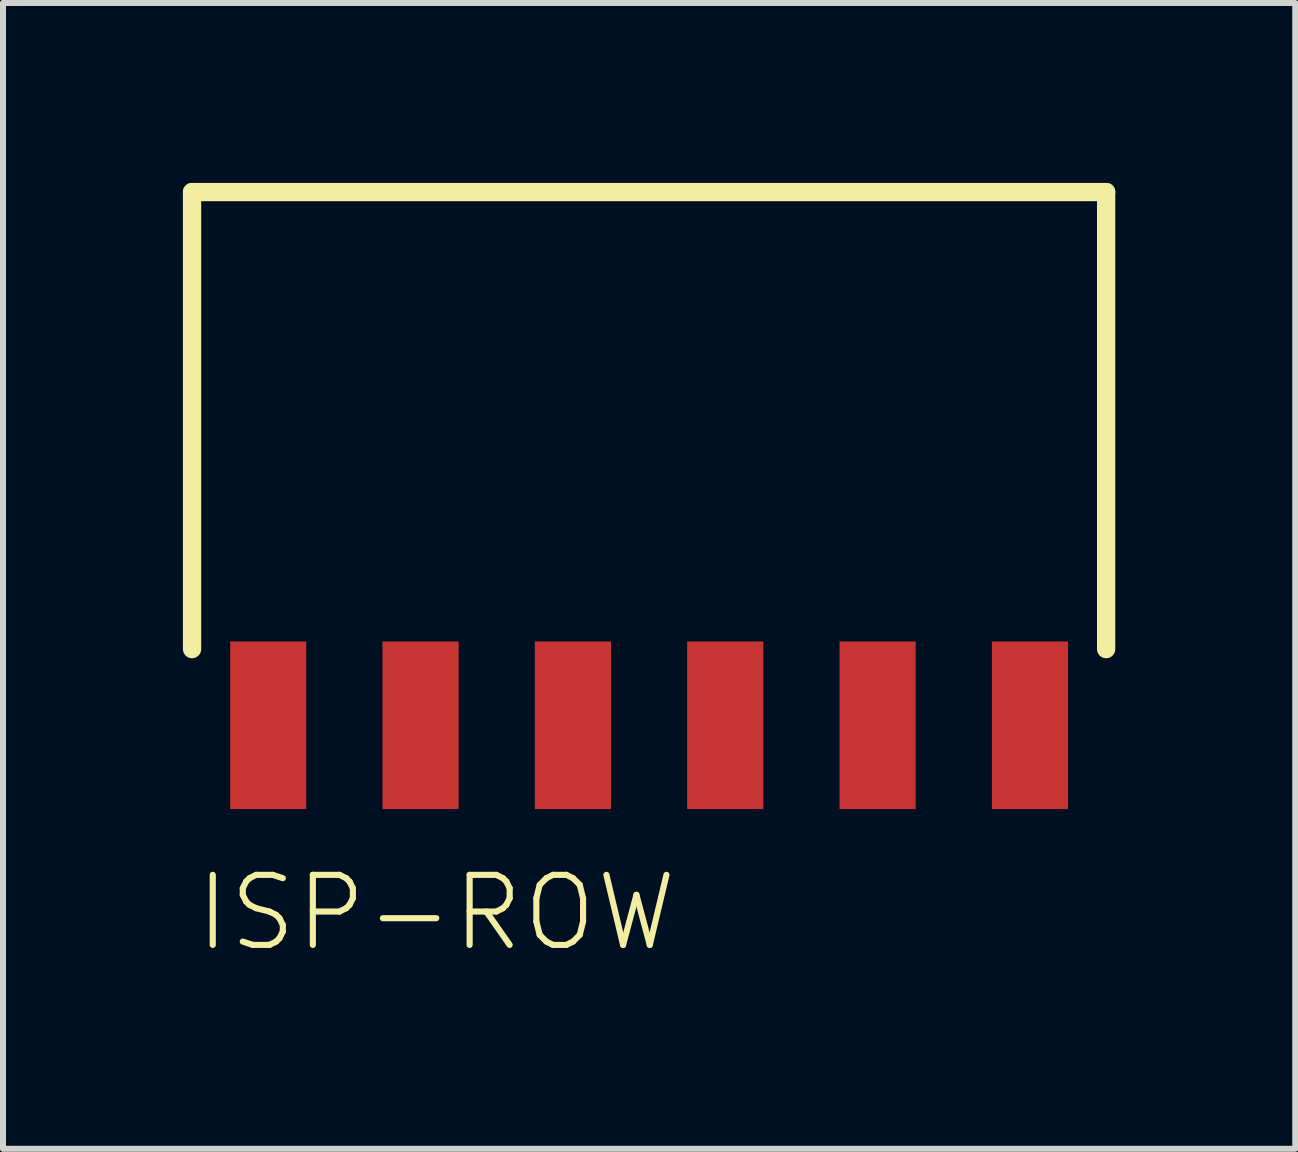
<source format=kicad_pcb>
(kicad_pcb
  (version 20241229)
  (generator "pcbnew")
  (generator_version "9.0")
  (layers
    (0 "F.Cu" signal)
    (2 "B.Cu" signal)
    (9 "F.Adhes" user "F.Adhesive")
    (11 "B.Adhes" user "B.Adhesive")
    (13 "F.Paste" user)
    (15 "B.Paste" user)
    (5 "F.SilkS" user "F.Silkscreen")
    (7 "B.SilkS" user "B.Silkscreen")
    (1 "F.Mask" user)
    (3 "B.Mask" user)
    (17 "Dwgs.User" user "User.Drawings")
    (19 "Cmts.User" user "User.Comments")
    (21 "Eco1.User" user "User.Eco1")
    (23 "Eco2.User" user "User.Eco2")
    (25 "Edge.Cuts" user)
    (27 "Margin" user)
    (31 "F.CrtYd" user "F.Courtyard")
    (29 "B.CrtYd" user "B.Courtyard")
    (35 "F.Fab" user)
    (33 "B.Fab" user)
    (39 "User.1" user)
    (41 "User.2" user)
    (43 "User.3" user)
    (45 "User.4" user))
  (footprint "ISP-ROW"
    (layer "F.Cu")
    (at 7.772 9.042)
    (property "Reference" "ISP-ROW" (at -7.62 3.81 0) (layer "F.SilkS") (effects (font (size 1.168 1.168) (thickness 0.102)) (justify left bottom)))
    (fp_line (start -7.62 -8.89) (end 7.62 -8.89) (stroke (width 0.305) (type solid)) (layer "F.SilkS"))
    (fp_line (start -7.62 -1.27) (end -7.62 -8.89) (stroke (width 0.305) (type solid)) (layer "F.SilkS"))
    (fp_line (start 7.62 -8.89) (end 7.62 -1.27) (stroke (width 0.305) (type solid)) (layer "F.SilkS"))
    (pad "1" smd rect (at -6.35 0 180) (size 1.27 2.794) (layers "F.Cu" "F.Mask" "F.Paste"))
    (pad "2" smd rect (at -3.81 0 180) (size 1.27 2.794) (layers "F.Cu" "F.Mask" "F.Paste"))
    (pad "3" smd rect (at -1.27 0 180) (size 1.27 2.794) (layers "F.Cu" "F.Mask" "F.Paste"))
    (pad "4" smd rect (at 1.27 0 180) (size 1.27 2.794) (layers "F.Cu" "F.Mask" "F.Paste"))
    (pad "5" smd rect (at 3.81 0 180) (size 1.27 2.794) (layers "F.Cu" "F.Mask" "F.Paste"))
    (pad "6" smd rect (at 6.35 0 180) (size 1.27 2.794) (layers "F.Cu" "F.Mask" "F.Paste")))
  (gr_rect
    (start -3 -3)
    (end 18.545 16.103)
    (stroke (width 0.1) (type default))
    (fill no)
    (layer "Edge.Cuts")))
</source>
